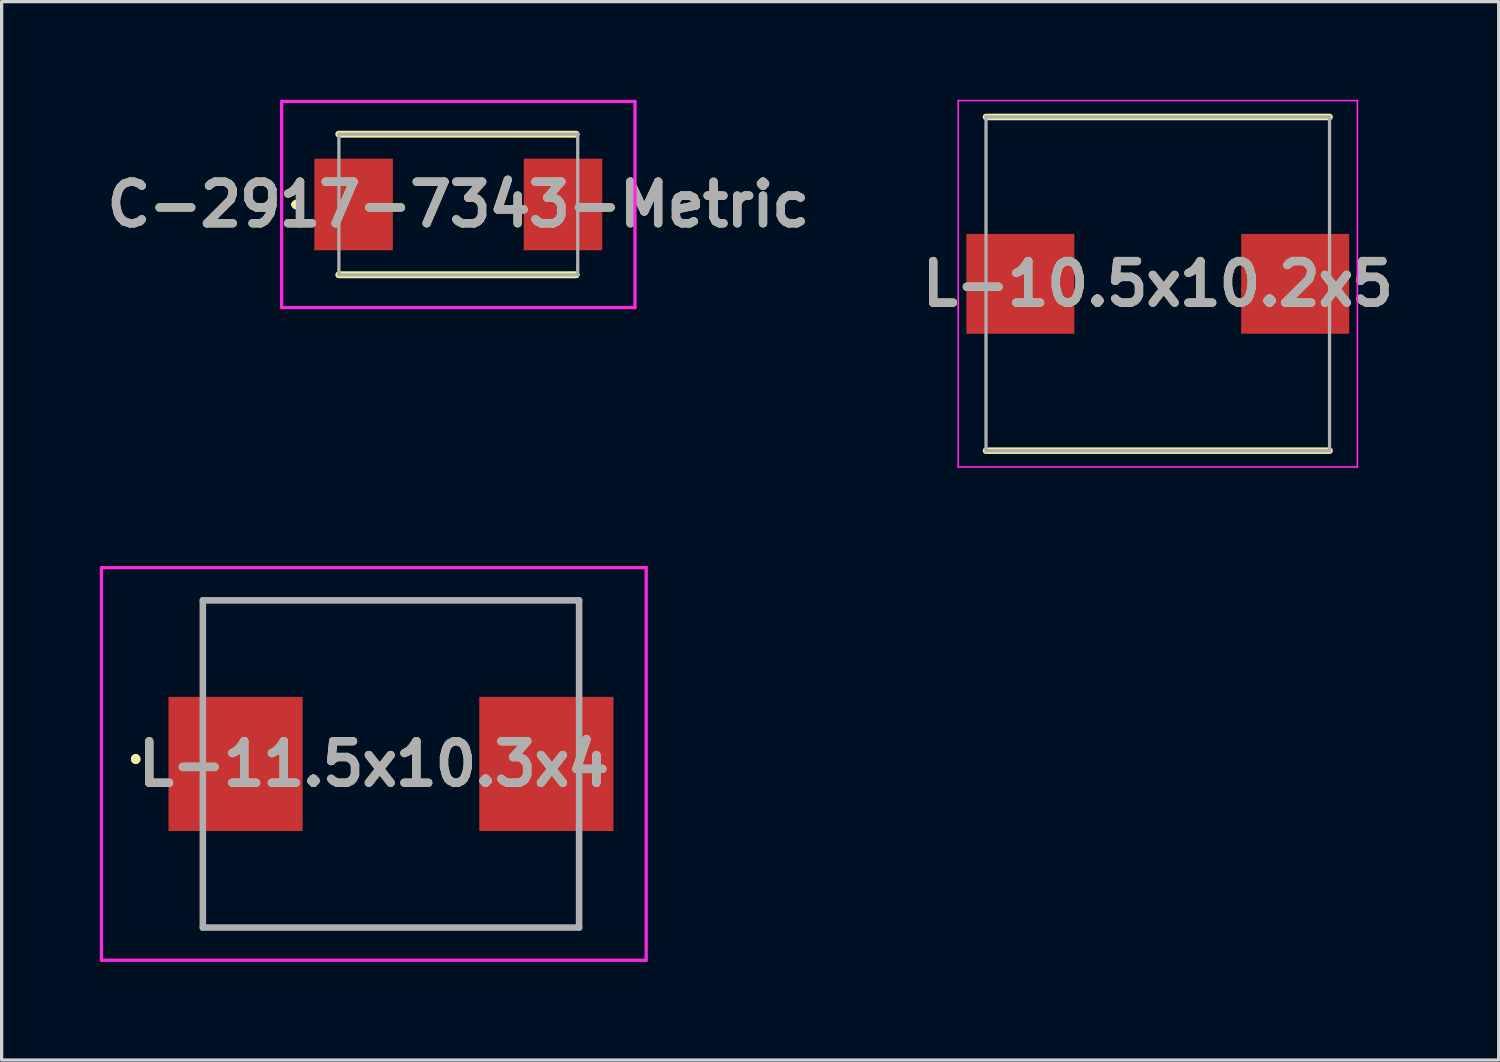
<source format=kicad_pcb>
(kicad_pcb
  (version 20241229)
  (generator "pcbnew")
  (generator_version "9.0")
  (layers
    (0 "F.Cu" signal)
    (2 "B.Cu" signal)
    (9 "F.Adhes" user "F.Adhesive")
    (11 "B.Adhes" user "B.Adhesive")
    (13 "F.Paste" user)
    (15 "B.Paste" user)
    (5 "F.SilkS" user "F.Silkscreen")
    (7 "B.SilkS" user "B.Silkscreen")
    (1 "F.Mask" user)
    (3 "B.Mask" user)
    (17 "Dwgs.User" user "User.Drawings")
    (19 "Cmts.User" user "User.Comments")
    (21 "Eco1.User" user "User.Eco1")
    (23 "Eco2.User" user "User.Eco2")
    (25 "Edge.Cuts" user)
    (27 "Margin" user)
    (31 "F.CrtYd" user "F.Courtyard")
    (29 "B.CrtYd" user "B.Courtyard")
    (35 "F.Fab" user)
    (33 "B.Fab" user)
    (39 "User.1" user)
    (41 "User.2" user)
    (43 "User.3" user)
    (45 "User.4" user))
  (footprint "C-2917-7343-Metric"
    (layer "F.Cu")
    (at 10.958 3.2)
    (property "Reference" "C-2917-7343-Metric" (at 0 0 0) (layer "F.SilkS") (effects (font (size 1.27 1.27) (thickness 0.254))))
    (attr smd)
    (fp_line (start -5 0) (end -5 0) (stroke (width 0.2) (type solid)) (layer "F.SilkS"))
    (fp_line (start -5 0) (end -5 0) (stroke (width 0.2) (type solid)) (layer "F.SilkS"))
    (fp_line (start -4.9 0) (end -4.9 0) (stroke (width 0.2) (type solid)) (layer "F.SilkS"))
    (fp_line (start -3.65 -2.15) (end -3.65 -2.15) (stroke (width 0.2) (type solid)) (layer "F.SilkS"))
    (fp_line (start -3.65 -2.15) (end 3.6 -2.15) (stroke (width 0.2) (type solid)) (layer "F.SilkS"))
    (fp_line (start -3.65 2.15) (end -3.65 2.15) (stroke (width 0.2) (type solid)) (layer "F.SilkS"))
    (fp_line (start -3.65 2.15) (end 3.6 2.15) (stroke (width 0.2) (type solid)) (layer "F.SilkS"))
    (fp_line (start 3.6 -2.15) (end -3.65 -2.15) (stroke (width 0.2) (type solid)) (layer "F.SilkS"))
    (fp_line (start 3.6 -2.15) (end 3.6 -2.15) (stroke (width 0.2) (type solid)) (layer "F.SilkS"))
    (fp_line (start 3.6 2.15) (end -3.65 2.15) (stroke (width 0.2) (type solid)) (layer "F.SilkS"))
    (fp_line (start 3.6 2.15) (end 3.6 2.15) (stroke (width 0.2) (type solid)) (layer "F.SilkS"))
    (fp_arc (start -5 0) (mid -4.95 -0.05) (end -4.9 0) (stroke (width 0.2) (type solid)) (layer "F.SilkS"))
    (fp_arc (start -4.9 0) (mid -4.95 0.05) (end -5 0) (stroke (width 0.2) (type solid)) (layer "F.SilkS"))
    (fp_arc (start -4.9 0) (mid -4.95 0.05) (end -5 0) (stroke (width 0.2) (type solid)) (layer "F.SilkS"))
    (fp_line (start -5.4 -3.15) (end 5.4 -3.15) (stroke (width 0.1) (type solid)) (layer "F.CrtYd"))
    (fp_line (start -5.4 3.15) (end -5.4 -3.15) (stroke (width 0.1) (type solid)) (layer "F.CrtYd"))
    (fp_line (start 5.4 -3.15) (end 5.4 3.15) (stroke (width 0.1) (type solid)) (layer "F.CrtYd"))
    (fp_line (start 5.4 3.15) (end -5.4 3.15) (stroke (width 0.1) (type solid)) (layer "F.CrtYd"))
    (fp_line (start -3.65 -2.15) (end -3.65 2.15) (stroke (width 0.1) (type solid)) (layer "F.Fab"))
    (fp_line (start -3.65 2.15) (end 3.65 2.15) (stroke (width 0.1) (type solid)) (layer "F.Fab"))
    (fp_line (start 3.65 -2.15) (end -3.65 -2.15) (stroke (width 0.1) (type solid)) (layer "F.Fab"))
    (fp_line (start 3.65 2.15) (end 3.65 -2.15) (stroke (width 0.1) (type solid)) (layer "F.Fab"))
    (fp_text user "${REFERENCE}" (at 0 0 0) (layer "F.Fab") (effects (font (size 1.27 1.27) (thickness 0.254))))
    (pad "1" smd rect (at -3.2 0) (size 2.4 2.8) (layers "F.Cu" "F.Mask" "F.Paste"))
    (pad "2" smd rect (at 3.2 0) (size 2.4 2.8) (layers "F.Cu" "F.Mask" "F.Paste")))
  (footprint "L-10.5x10.2x5"
    (layer "F.Cu")
    (at 32.337 5.625)
    (property "Reference" "L-10.5x10.2x5" (at 0 0 0) (layer "F.SilkS") (effects (font (size 1.27 1.27) (thickness 0.254))))
    (attr smd)
    (fp_line (start -5.25 5.1) (end 5.25 5.1) (stroke (width 0.2) (type solid)) (layer "F.SilkS"))
    (fp_line (start 5.25 -5.1) (end -5.25 -5.1) (stroke (width 0.2) (type solid)) (layer "F.SilkS"))
    (fp_line (start -6.1 -5.6) (end 6.1 -5.6) (stroke (width 0.05) (type solid)) (layer "F.CrtYd"))
    (fp_line (start -6.1 5.6) (end -6.1 -5.6) (stroke (width 0.05) (type solid)) (layer "F.CrtYd"))
    (fp_line (start 6.1 -5.6) (end 6.1 5.6) (stroke (width 0.05) (type solid)) (layer "F.CrtYd"))
    (fp_line (start 6.1 5.6) (end -6.1 5.6) (stroke (width 0.05) (type solid)) (layer "F.CrtYd"))
    (fp_line (start -5.25 -5.1) (end 5.25 -5.1) (stroke (width 0.1) (type solid)) (layer "F.Fab"))
    (fp_line (start -5.25 5.1) (end -5.25 -5.1) (stroke (width 0.1) (type solid)) (layer "F.Fab"))
    (fp_line (start 5.25 -5.1) (end 5.25 5.1) (stroke (width 0.1) (type solid)) (layer "F.Fab"))
    (fp_line (start 5.25 5.1) (end -5.25 5.1) (stroke (width 0.1) (type solid)) (layer "F.Fab"))
    (fp_text user "${REFERENCE}" (at 0 0 0) (layer "F.Fab") (effects (font (size 1.27 1.27) (thickness 0.254))))
    (pad "1" smd rect (at -4.2 0 90) (size 3.05 3.3) (layers "F.Cu" "F.Mask" "F.Paste"))
    (pad "2" smd rect (at 4.2 0 90) (size 3.05 3.3) (layers "F.Cu" "F.Mask" "F.Paste")))
  (footprint "L-11.5x10.3x4"
    (layer "F.Cu")
    (at 8.9 20.3)
    (property "Reference" "L-11.5x10.3x4" (at -0.525 0 0) (layer "F.SilkS") (effects (font (size 1.27 1.27) (thickness 0.254))))
    (attr smd)
    (fp_line (start -7.8 -0.2) (end -7.8 -0.2) (stroke (width 0.2) (type solid)) (layer "F.SilkS"))
    (fp_line (start -7.8 -0.2) (end -7.8 -0.2) (stroke (width 0.2) (type solid)) (layer "F.SilkS"))
    (fp_line (start -7.8 -0.1) (end -7.8 -0.1) (stroke (width 0.2) (type solid)) (layer "F.SilkS"))
    (fp_line (start -5.75 -5) (end -5.75 -5) (stroke (width 0.1) (type solid)) (layer "F.SilkS"))
    (fp_line (start -5.75 -5) (end -5.75 -5) (stroke (width 0.1) (type solid)) (layer "F.SilkS"))
    (fp_line (start -5.75 -5) (end -5.75 -2.5) (stroke (width 0.1) (type solid)) (layer "F.SilkS"))
    (fp_line (start -5.75 -5) (end 5.75 -5) (stroke (width 0.1) (type solid)) (layer "F.SilkS"))
    (fp_line (start -5.75 -2.5) (end -5.75 -5) (stroke (width 0.1) (type solid)) (layer "F.SilkS"))
    (fp_line (start -5.75 -2.5) (end -5.75 -2.5) (stroke (width 0.1) (type solid)) (layer "F.SilkS"))
    (fp_line (start -5.75 2.75) (end -5.75 2.75) (stroke (width 0.1) (type solid)) (layer "F.SilkS"))
    (fp_line (start -5.75 2.75) (end -5.75 5) (stroke (width 0.1) (type solid)) (layer "F.SilkS"))
    (fp_line (start -5.75 5) (end -5.75 2.75) (stroke (width 0.1) (type solid)) (layer "F.SilkS"))
    (fp_line (start -5.75 5) (end -5.75 5) (stroke (width 0.1) (type solid)) (layer "F.SilkS"))
    (fp_line (start -5.75 5) (end -5.75 5) (stroke (width 0.1) (type solid)) (layer "F.SilkS"))
    (fp_line (start -5.75 5) (end 5.75 5) (stroke (width 0.1) (type solid)) (layer "F.SilkS"))
    (fp_line (start 5.75 -5) (end -5.75 -5) (stroke (width 0.1) (type solid)) (layer "F.SilkS"))
    (fp_line (start 5.75 -5) (end 5.75 -5) (stroke (width 0.1) (type solid)) (layer "F.SilkS"))
    (fp_line (start 5.75 -5) (end 5.75 -5) (stroke (width 0.1) (type solid)) (layer "F.SilkS"))
    (fp_line (start 5.75 -5) (end 5.75 -2.5) (stroke (width 0.1) (type solid)) (layer "F.SilkS"))
    (fp_line (start 5.75 -2.5) (end 5.75 -5) (stroke (width 0.1) (type solid)) (layer "F.SilkS"))
    (fp_line (start 5.75 -2.5) (end 5.75 -2.5) (stroke (width 0.1) (type solid)) (layer "F.SilkS"))
    (fp_line (start 5.75 2.5) (end 5.75 2.5) (stroke (width 0.1) (type solid)) (layer "F.SilkS"))
    (fp_line (start 5.75 2.5) (end 5.75 5) (stroke (width 0.1) (type solid)) (layer "F.SilkS"))
    (fp_line (start 5.75 5) (end -5.75 5) (stroke (width 0.1) (type solid)) (layer "F.SilkS"))
    (fp_line (start 5.75 5) (end 5.75 2.5) (stroke (width 0.1) (type solid)) (layer "F.SilkS"))
    (fp_line (start 5.75 5) (end 5.75 5) (stroke (width 0.1) (type solid)) (layer "F.SilkS"))
    (fp_line (start 5.75 5) (end 5.75 5) (stroke (width 0.1) (type solid)) (layer "F.SilkS"))
    (fp_arc (start -7.8 -0.2) (mid -7.75 -0.15) (end -7.8 -0.1) (stroke (width 0.2) (type solid)) (layer "F.SilkS"))
    (fp_arc (start -7.8 -0.1) (mid -7.85 -0.15) (end -7.8 -0.2) (stroke (width 0.2) (type solid)) (layer "F.SilkS"))
    (fp_arc (start -7.8 -0.1) (mid -7.85 -0.15) (end -7.8 -0.2) (stroke (width 0.2) (type solid)) (layer "F.SilkS"))
    (fp_line (start -8.85 -6) (end 7.8 -6) (stroke (width 0.1) (type solid)) (layer "F.CrtYd"))
    (fp_line (start -8.85 6) (end -8.85 -6) (stroke (width 0.1) (type solid)) (layer "F.CrtYd"))
    (fp_line (start 7.8 -6) (end 7.8 6) (stroke (width 0.1) (type solid)) (layer "F.CrtYd"))
    (fp_line (start 7.8 6) (end -8.85 6) (stroke (width 0.1) (type solid)) (layer "F.CrtYd"))
    (fp_line (start -5.75 -5) (end -5.75 5) (stroke (width 0.2) (type solid)) (layer "F.Fab"))
    (fp_line (start -5.75 5) (end 5.75 5) (stroke (width 0.2) (type solid)) (layer "F.Fab"))
    (fp_line (start 5.75 -5) (end -5.75 -5) (stroke (width 0.2) (type solid)) (layer "F.Fab"))
    (fp_line (start 5.75 5) (end 5.75 -5) (stroke (width 0.2) (type solid)) (layer "F.Fab"))
    (fp_text user "${REFERENCE}" (at -0.525 0 0) (layer "F.Fab") (effects (font (size 1.27 1.27) (thickness 0.254))))
    (pad "1" smd rect (at -4.75 0 90) (size 4.1 4.1) (layers "F.Cu" "F.Mask" "F.Paste"))
    (pad "2" smd rect (at 4.75 0 90) (size 4.1 4.1) (layers "F.Cu" "F.Mask" "F.Paste")))
  (gr_rect
    (start -3 -3)
    (end 42.757 29.35)
    (stroke (width 0.1) (type default))
    (fill no)
    (layer "Edge.Cuts")))
</source>
